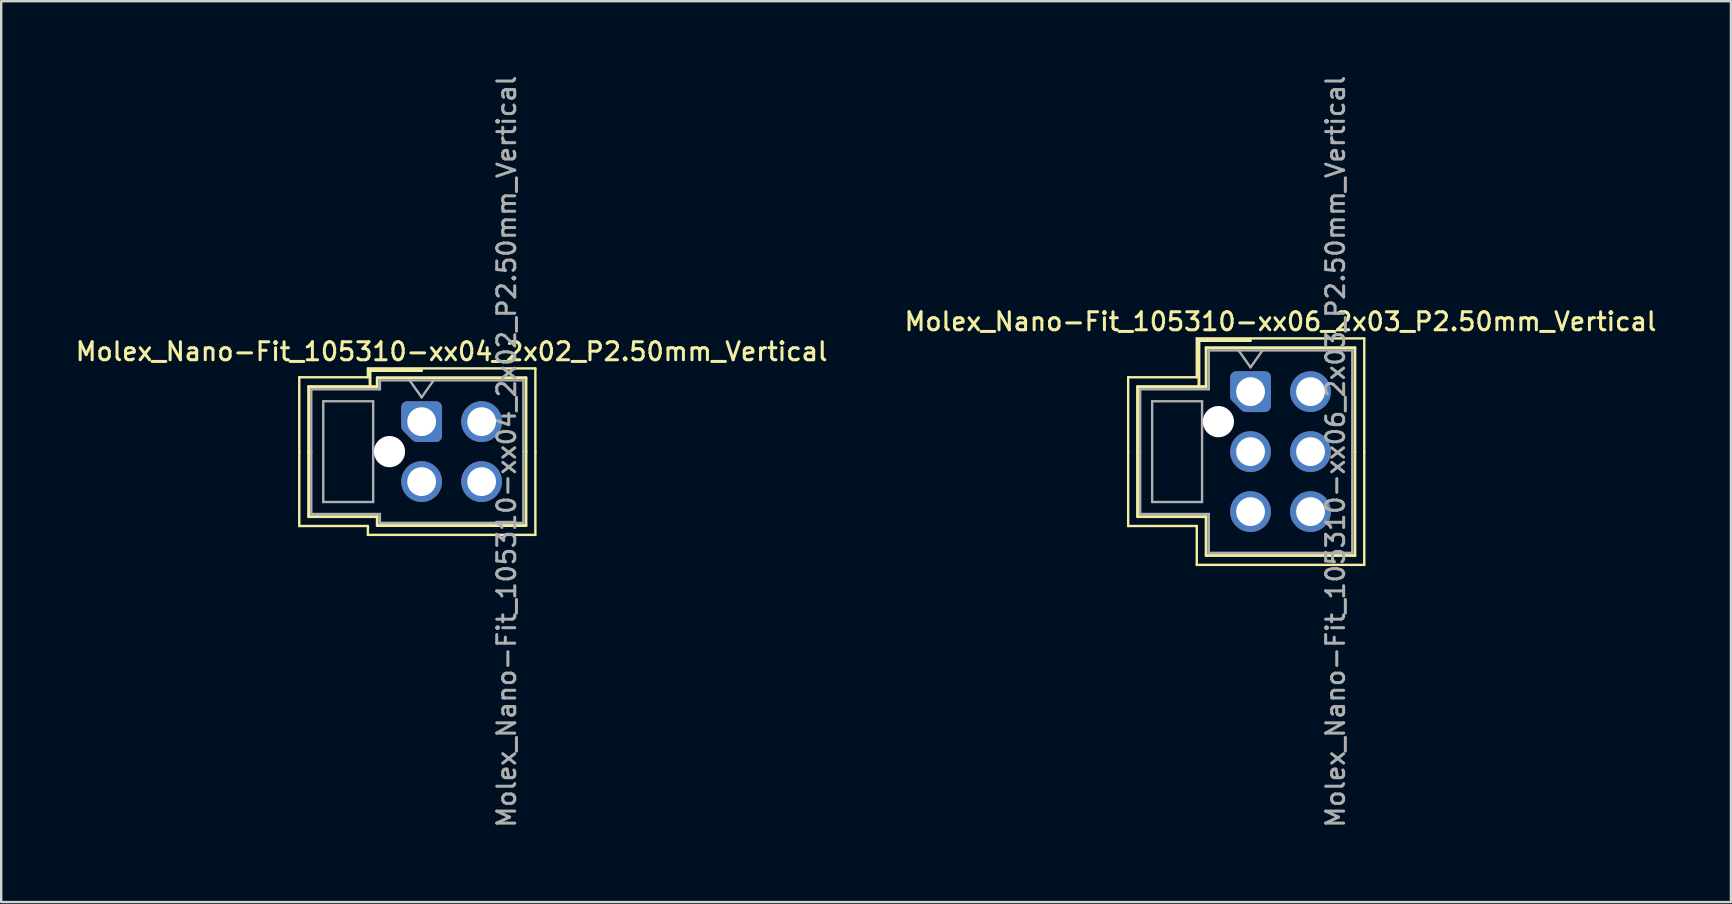
<source format=kicad_pcb>
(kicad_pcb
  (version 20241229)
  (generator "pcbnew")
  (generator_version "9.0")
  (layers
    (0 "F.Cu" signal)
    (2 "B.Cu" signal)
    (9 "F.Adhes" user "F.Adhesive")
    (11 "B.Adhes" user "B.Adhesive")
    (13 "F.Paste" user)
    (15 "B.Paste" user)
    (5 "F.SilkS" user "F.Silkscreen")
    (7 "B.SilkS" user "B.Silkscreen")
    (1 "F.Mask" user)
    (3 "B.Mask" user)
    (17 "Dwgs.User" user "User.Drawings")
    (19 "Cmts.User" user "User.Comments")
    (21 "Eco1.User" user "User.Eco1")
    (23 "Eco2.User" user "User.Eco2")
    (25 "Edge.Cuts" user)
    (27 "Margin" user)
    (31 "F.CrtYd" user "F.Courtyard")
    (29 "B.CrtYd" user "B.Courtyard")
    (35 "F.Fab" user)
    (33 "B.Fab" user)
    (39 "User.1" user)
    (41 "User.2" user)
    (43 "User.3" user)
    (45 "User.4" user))
  (footprint "Molex_Nano-Fit_105310-xx04_2x02_P2.50mm_Vertical"
    (layer "F.Cu")
    (at 14.523 14.523)
    (property "Reference" "Molex_Nano-Fit_105310-xx04_2x02_P2.50mm_Vertical" (at 1.25 -2.92 0) (layer "F.SilkS") (effects (font (size 0.75 0.75) (thickness 0.125))))
    (attr through_hole)
    (fp_line (start -5.1 -1.85) (end -5.1 1.25) (stroke (width 0.1) (type solid)) (layer "F.SilkS"))
    (fp_line (start -5.1 4.35) (end -5.1 1.25) (stroke (width 0.1) (type solid)) (layer "F.SilkS"))
    (fp_line (start -4.71 -1.46) (end -4.71 1.25) (stroke (width 0.12) (type solid)) (layer "F.SilkS"))
    (fp_line (start -4.71 3.96) (end -4.71 1.25) (stroke (width 0.12) (type solid)) (layer "F.SilkS"))
    (fp_line (start -2.24 -2.22) (end -2.24 -1.85) (stroke (width 0.1) (type solid)) (layer "F.SilkS"))
    (fp_line (start -2.24 -1.85) (end -5.1 -1.85) (stroke (width 0.1) (type solid)) (layer "F.SilkS"))
    (fp_line (start -2.24 4.35) (end -5.1 4.35) (stroke (width 0.1) (type solid)) (layer "F.SilkS"))
    (fp_line (start -2.24 4.72) (end -2.24 4.35) (stroke (width 0.1) (type solid)) (layer "F.SilkS"))
    (fp_line (start -2.15 -2.13) (end -2.15 -1.46) (stroke (width 0.12) (type solid)) (layer "F.SilkS"))
    (fp_line (start -1.85 -1.83) (end -1.85 -1.46) (stroke (width 0.12) (type solid)) (layer "F.SilkS"))
    (fp_line (start -1.85 -1.46) (end -4.71 -1.46) (stroke (width 0.12) (type solid)) (layer "F.SilkS"))
    (fp_line (start -1.85 3.96) (end -4.71 3.96) (stroke (width 0.12) (type solid)) (layer "F.SilkS"))
    (fp_line (start -1.85 4.33) (end -1.85 3.96) (stroke (width 0.12) (type solid)) (layer "F.SilkS"))
    (fp_line (start 0 -2.13) (end -2.15 -2.13) (stroke (width 0.12) (type solid)) (layer "F.SilkS"))
    (fp_line (start 4.35 -1.83) (end -1.85 -1.83) (stroke (width 0.12) (type solid)) (layer "F.SilkS"))
    (fp_line (start 4.35 1.25) (end 4.35 -1.83) (stroke (width 0.12) (type solid)) (layer "F.SilkS"))
    (fp_line (start 4.35 1.25) (end 4.35 4.33) (stroke (width 0.12) (type solid)) (layer "F.SilkS"))
    (fp_line (start 4.35 4.33) (end -1.85 4.33) (stroke (width 0.12) (type solid)) (layer "F.SilkS"))
    (fp_line (start 4.74 -2.22) (end -2.24 -2.22) (stroke (width 0.1) (type solid)) (layer "F.SilkS"))
    (fp_line (start 4.74 1.25) (end 4.74 -2.22) (stroke (width 0.1) (type solid)) (layer "F.SilkS"))
    (fp_line (start 4.74 1.25) (end 4.74 4.72) (stroke (width 0.1) (type solid)) (layer "F.SilkS"))
    (fp_line (start 4.74 4.72) (end -2.24 4.72) (stroke (width 0.1) (type solid)) (layer "F.SilkS"))
    (fp_line (start -4.6 -1.35) (end -4.6 1.25) (stroke (width 0.1) (type solid)) (layer "F.Fab"))
    (fp_line (start -4.6 3.85) (end -4.6 1.25) (stroke (width 0.1) (type solid)) (layer "F.Fab"))
    (fp_line (start -4.1 -0.85) (end -4.1 3.35) (stroke (width 0.1) (type solid)) (layer "F.Fab"))
    (fp_line (start -4.1 3.35) (end -2.02 3.35) (stroke (width 0.1) (type solid)) (layer "F.Fab"))
    (fp_line (start -2.02 -0.85) (end -4.1 -0.85) (stroke (width 0.1) (type solid)) (layer "F.Fab"))
    (fp_line (start -2.02 3.35) (end -2.02 -0.85) (stroke (width 0.1) (type solid)) (layer "F.Fab"))
    (fp_line (start -1.74 -1.72) (end -1.74 -1.35) (stroke (width 0.1) (type solid)) (layer "F.Fab"))
    (fp_line (start -1.74 -1.35) (end -4.6 -1.35) (stroke (width 0.1) (type solid)) (layer "F.Fab"))
    (fp_line (start -1.74 3.85) (end -4.6 3.85) (stroke (width 0.1) (type solid)) (layer "F.Fab"))
    (fp_line (start -1.74 4.22) (end -1.74 3.85) (stroke (width 0.1) (type solid)) (layer "F.Fab"))
    (fp_line (start -0.5 -1.72) (end 0 -1.013) (stroke (width 0.1) (type solid)) (layer "F.Fab"))
    (fp_line (start 0 -1.013) (end 0.5 -1.72) (stroke (width 0.1) (type solid)) (layer "F.Fab"))
    (fp_line (start 4.24 -1.72) (end -1.74 -1.72) (stroke (width 0.1) (type solid)) (layer "F.Fab"))
    (fp_line (start 4.24 1.25) (end 4.24 -1.72) (stroke (width 0.1) (type solid)) (layer "F.Fab"))
    (fp_line (start 4.24 1.25) (end 4.24 4.22) (stroke (width 0.1) (type solid)) (layer "F.Fab"))
    (fp_line (start 4.24 4.22) (end -1.74 4.22) (stroke (width 0.1) (type solid)) (layer "F.Fab"))
    (fp_text user "${REFERENCE}" (at 3.54 1.25 90) (layer "F.Fab") (effects (font (size 0.75 0.75) (thickness 0.125))))
    (pad "" np_thru_hole circle (at -1.34 1.25) (size 1.3 1.3) (drill 1.3) (layers "*.Cu" "*.Mask"))
    (pad "1" thru_hole custom (at 0 0) (size 1.417 1.417) (drill 1.2) (layers "*.Cu" "*.Mask") (options (anchor circle)) (primitives (gr_poly (pts (xy 0.6 0.6) (xy -0.2 0.6) (xy -0.6 0.2) (xy -0.6 -0.6) (xy 0.6 -0.6)) (width 0.5) (fill yes))))
    (pad "2" thru_hole circle (at 0 2.5) (size 1.7 1.7) (drill 1.2) (layers "*.Cu" "*.Mask"))
    (pad "3" thru_hole circle (at 2.5 0) (size 1.7 1.7) (drill 1.2) (layers "*.Cu" "*.Mask"))
    (pad "4" thru_hole circle (at 2.5 2.5) (size 1.7 1.7) (drill 1.2) (layers "*.Cu" "*.Mask")))
  (footprint "Molex_Nano-Fit_105310-xx06_2x03_P2.50mm_Vertical"
    (layer "F.Cu")
    (at 49.07 13.273)
    (property "Reference" "Molex_Nano-Fit_105310-xx06_2x03_P2.50mm_Vertical" (at 1.25 -2.92 0) (layer "F.SilkS") (effects (font (size 0.75 0.75) (thickness 0.125))))
    (attr through_hole)
    (fp_line (start -5.1 -0.6) (end -5.1 2.5) (stroke (width 0.1) (type solid)) (layer "F.SilkS"))
    (fp_line (start -5.1 5.6) (end -5.1 2.5) (stroke (width 0.1) (type solid)) (layer "F.SilkS"))
    (fp_line (start -4.71 -0.21) (end -4.71 2.5) (stroke (width 0.12) (type solid)) (layer "F.SilkS"))
    (fp_line (start -4.71 5.21) (end -4.71 2.5) (stroke (width 0.12) (type solid)) (layer "F.SilkS"))
    (fp_line (start -2.24 -2.22) (end -2.24 -0.6) (stroke (width 0.1) (type solid)) (layer "F.SilkS"))
    (fp_line (start -2.24 -0.6) (end -5.1 -0.6) (stroke (width 0.1) (type solid)) (layer "F.SilkS"))
    (fp_line (start -2.24 5.6) (end -5.1 5.6) (stroke (width 0.1) (type solid)) (layer "F.SilkS"))
    (fp_line (start -2.24 7.22) (end -2.24 5.6) (stroke (width 0.1) (type solid)) (layer "F.SilkS"))
    (fp_line (start -2.15 -2.13) (end -2.15 -0.21) (stroke (width 0.12) (type solid)) (layer "F.SilkS"))
    (fp_line (start -1.85 -1.83) (end -1.85 -0.21) (stroke (width 0.12) (type solid)) (layer "F.SilkS"))
    (fp_line (start -1.85 -0.21) (end -4.71 -0.21) (stroke (width 0.12) (type solid)) (layer "F.SilkS"))
    (fp_line (start -1.85 5.21) (end -4.71 5.21) (stroke (width 0.12) (type solid)) (layer "F.SilkS"))
    (fp_line (start -1.85 6.83) (end -1.85 5.21) (stroke (width 0.12) (type solid)) (layer "F.SilkS"))
    (fp_line (start 0 -2.13) (end -2.15 -2.13) (stroke (width 0.12) (type solid)) (layer "F.SilkS"))
    (fp_line (start 4.35 -1.83) (end -1.85 -1.83) (stroke (width 0.12) (type solid)) (layer "F.SilkS"))
    (fp_line (start 4.35 2.5) (end 4.35 -1.83) (stroke (width 0.12) (type solid)) (layer "F.SilkS"))
    (fp_line (start 4.35 2.5) (end 4.35 6.83) (stroke (width 0.12) (type solid)) (layer "F.SilkS"))
    (fp_line (start 4.35 6.83) (end -1.85 6.83) (stroke (width 0.12) (type solid)) (layer "F.SilkS"))
    (fp_line (start 4.74 -2.22) (end -2.24 -2.22) (stroke (width 0.1) (type solid)) (layer "F.SilkS"))
    (fp_line (start 4.74 2.5) (end 4.74 -2.22) (stroke (width 0.1) (type solid)) (layer "F.SilkS"))
    (fp_line (start 4.74 2.5) (end 4.74 7.22) (stroke (width 0.1) (type solid)) (layer "F.SilkS"))
    (fp_line (start 4.74 7.22) (end -2.24 7.22) (stroke (width 0.1) (type solid)) (layer "F.SilkS"))
    (fp_line (start -4.6 -0.1) (end -4.6 2.5) (stroke (width 0.1) (type solid)) (layer "F.Fab"))
    (fp_line (start -4.6 5.1) (end -4.6 2.5) (stroke (width 0.1) (type solid)) (layer "F.Fab"))
    (fp_line (start -4.1 0.4) (end -4.1 4.6) (stroke (width 0.1) (type solid)) (layer "F.Fab"))
    (fp_line (start -4.1 4.6) (end -2.02 4.6) (stroke (width 0.1) (type solid)) (layer "F.Fab"))
    (fp_line (start -2.02 0.4) (end -4.1 0.4) (stroke (width 0.1) (type solid)) (layer "F.Fab"))
    (fp_line (start -2.02 4.6) (end -2.02 0.4) (stroke (width 0.1) (type solid)) (layer "F.Fab"))
    (fp_line (start -1.74 -1.72) (end -1.74 -0.1) (stroke (width 0.1) (type solid)) (layer "F.Fab"))
    (fp_line (start -1.74 -0.1) (end -4.6 -0.1) (stroke (width 0.1) (type solid)) (layer "F.Fab"))
    (fp_line (start -1.74 5.1) (end -4.6 5.1) (stroke (width 0.1) (type solid)) (layer "F.Fab"))
    (fp_line (start -1.74 6.72) (end -1.74 5.1) (stroke (width 0.1) (type solid)) (layer "F.Fab"))
    (fp_line (start -0.5 -1.72) (end 0 -1.013) (stroke (width 0.1) (type solid)) (layer "F.Fab"))
    (fp_line (start 0 -1.013) (end 0.5 -1.72) (stroke (width 0.1) (type solid)) (layer "F.Fab"))
    (fp_line (start 4.24 -1.72) (end -1.74 -1.72) (stroke (width 0.1) (type solid)) (layer "F.Fab"))
    (fp_line (start 4.24 2.5) (end 4.24 -1.72) (stroke (width 0.1) (type solid)) (layer "F.Fab"))
    (fp_line (start 4.24 2.5) (end 4.24 6.72) (stroke (width 0.1) (type solid)) (layer "F.Fab"))
    (fp_line (start 4.24 6.72) (end -1.74 6.72) (stroke (width 0.1) (type solid)) (layer "F.Fab"))
    (fp_text user "${REFERENCE}" (at 3.54 2.5 90) (layer "F.Fab") (effects (font (size 0.75 0.75) (thickness 0.125))))
    (pad "" np_thru_hole circle (at -1.34 1.25) (size 1.3 1.3) (drill 1.3) (layers "*.Cu" "*.Mask"))
    (pad "1" thru_hole custom (at 0 0) (size 1.417 1.417) (drill 1.2) (layers "*.Cu" "*.Mask") (options (anchor circle)) (primitives (gr_poly (pts (xy 0.6 0.6) (xy -0.2 0.6) (xy -0.6 0.2) (xy -0.6 -0.6) (xy 0.6 -0.6)) (width 0.5) (fill yes))))
    (pad "2" thru_hole circle (at 0 2.5) (size 1.7 1.7) (drill 1.2) (layers "*.Cu" "*.Mask"))
    (pad "3" thru_hole circle (at 0 5) (size 1.7 1.7) (drill 1.2) (layers "*.Cu" "*.Mask"))
    (pad "4" thru_hole circle (at 2.5 0) (size 1.7 1.7) (drill 1.2) (layers "*.Cu" "*.Mask"))
    (pad "5" thru_hole circle (at 2.5 2.5) (size 1.7 1.7) (drill 1.2) (layers "*.Cu" "*.Mask"))
    (pad "6" thru_hole circle (at 2.5 5) (size 1.7 1.7) (drill 1.2) (layers "*.Cu" "*.Mask")))
  (gr_rect
    (start -3 -3)
    (end 69.093 34.546)
    (stroke (width 0.1) (type default))
    (fill no)
    (layer "Edge.Cuts")))
</source>
